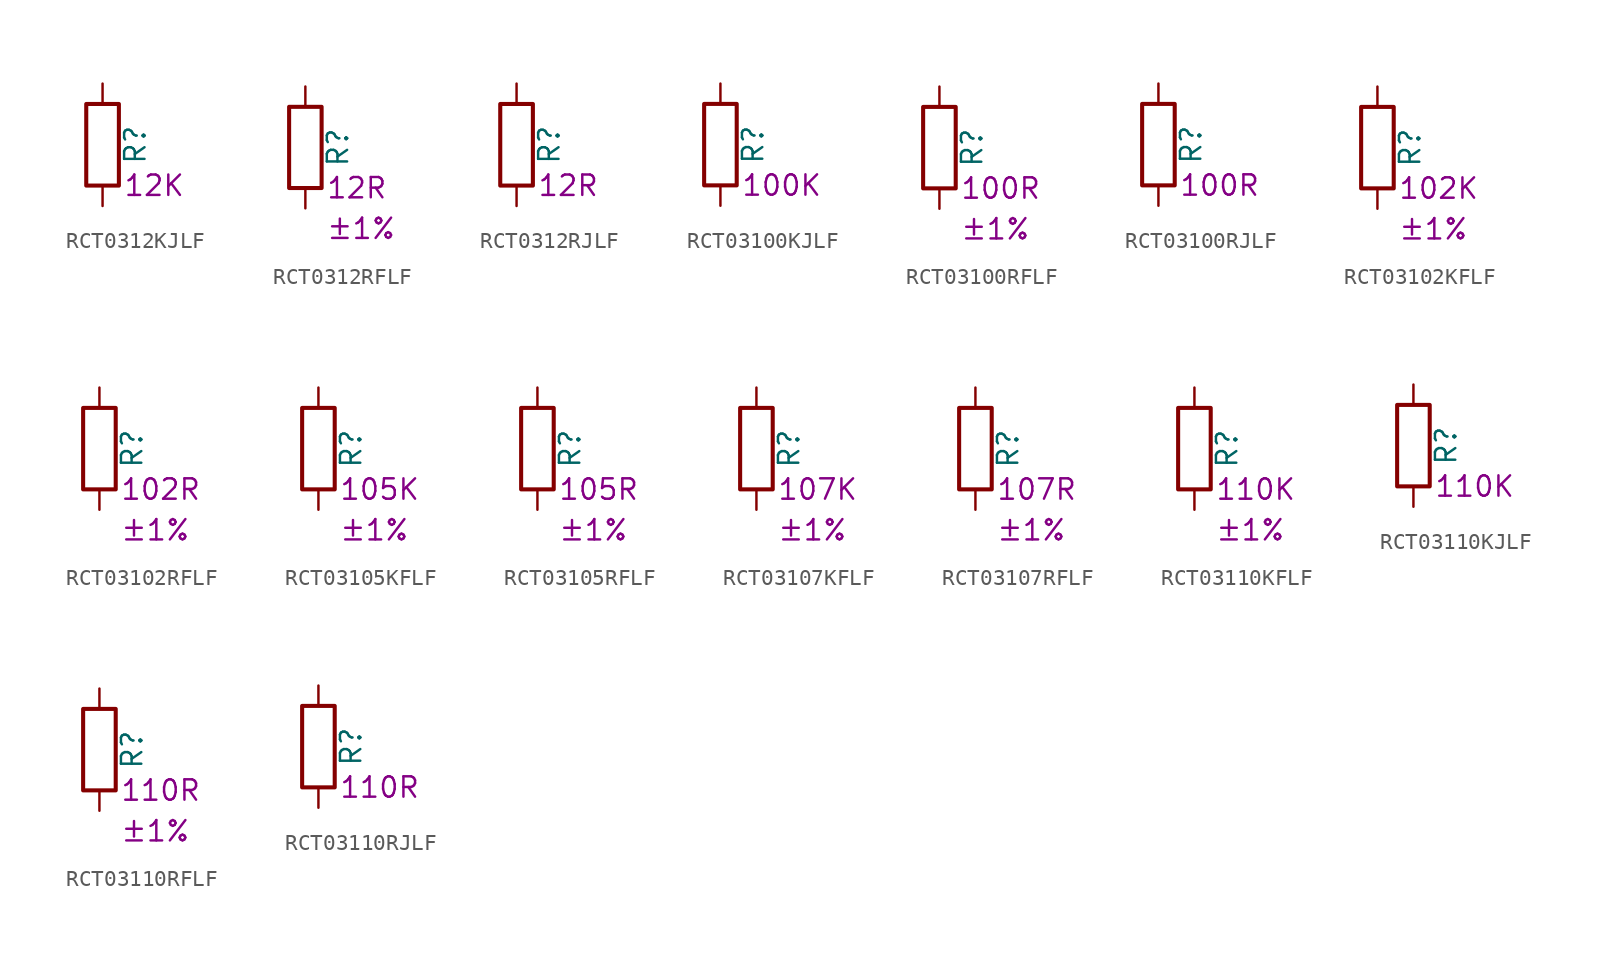
<source format=kicad_sym>
(kicad_symbol_lib
  (version 20220914)
  (generator kicad_symbol_editor)
  (symbol "RCT0312KJLF"
    (pin_numbers hide)
    (pin_names
      (offset 0))
    (property "Reference" "R"
      (at 2.032 0 90)
      (effects (font (size 1.27 1.27))))
    (property "Resistance" "12K"
      (at 1.27 -2.54 0)
      (effects (font (size 1.27 1.27)) (justify left)))
    (symbol "RCT0312KJLF_0_1"
      (rectangle (start -1.016 -2.54) (end 1.016 2.54) (stroke (width 0.254) (type default)) (fill (type none))))
    (symbol "RCT0312KJLF_1_1"
      (pin passive line (at 0 3.81 270) (length 1.27) (name "~" (effects (font (size 1.27 1.27)))) (number "1" (effects (font (size 1.27 1.27)))))
      (pin passive line (at 0 -3.81 90) (length 1.27) (name "~" (effects (font (size 1.27 1.27)))) (number "2" (effects (font (size 1.27 1.27)))))))
  (symbol "RCT0312RFLF"
    (pin_numbers hide)
    (pin_names
      (offset 0))
    (property "Reference" "R"
      (at 2.032 0 90)
      (effects (font (size 1.27 1.27))))
    (property "Resistance" "12R"
      (at 1.27 -2.54 0)
      (effects (font (size 1.27 1.27)) (justify left)))
    (property "Tolerance" "±1%"
      (at 1.27 -5.08 0)
      (effects (font (size 1.27 1.27)) (justify left)))
    (symbol "RCT0312RFLF_0_1"
      (rectangle (start -1.016 -2.54) (end 1.016 2.54) (stroke (width 0.254) (type default)) (fill (type none))))
    (symbol "RCT0312RFLF_1_1"
      (pin passive line (at 0 3.81 270) (length 1.27) (name "~" (effects (font (size 1.27 1.27)))) (number "1" (effects (font (size 1.27 1.27)))))
      (pin passive line (at 0 -3.81 90) (length 1.27) (name "~" (effects (font (size 1.27 1.27)))) (number "2" (effects (font (size 1.27 1.27)))))))
  (symbol "RCT0312RJLF"
    (pin_numbers hide)
    (pin_names
      (offset 0))
    (property "Reference" "R"
      (at 2.032 0 90)
      (effects (font (size 1.27 1.27))))
    (property "Resistance" "12R"
      (at 1.27 -2.54 0)
      (effects (font (size 1.27 1.27)) (justify left)))
    (symbol "RCT0312RJLF_0_1"
      (rectangle (start -1.016 -2.54) (end 1.016 2.54) (stroke (width 0.254) (type default)) (fill (type none))))
    (symbol "RCT0312RJLF_1_1"
      (pin passive line (at 0 3.81 270) (length 1.27) (name "~" (effects (font (size 1.27 1.27)))) (number "1" (effects (font (size 1.27 1.27)))))
      (pin passive line (at 0 -3.81 90) (length 1.27) (name "~" (effects (font (size 1.27 1.27)))) (number "2" (effects (font (size 1.27 1.27)))))))
  (symbol "RCT03100KJLF"
    (pin_numbers hide)
    (pin_names
      (offset 0))
    (property "Reference" "R"
      (at 2.032 0 90)
      (effects (font (size 1.27 1.27))))
    (property "Resistance" "100K"
      (at 1.27 -2.54 0)
      (effects (font (size 1.27 1.27)) (justify left)))
    (symbol "RCT03100KJLF_0_1"
      (rectangle (start -1.016 -2.54) (end 1.016 2.54) (stroke (width 0.254) (type default)) (fill (type none))))
    (symbol "RCT03100KJLF_1_1"
      (pin passive line (at 0 3.81 270) (length 1.27) (name "~" (effects (font (size 1.27 1.27)))) (number "1" (effects (font (size 1.27 1.27)))))
      (pin passive line (at 0 -3.81 90) (length 1.27) (name "~" (effects (font (size 1.27 1.27)))) (number "2" (effects (font (size 1.27 1.27)))))))
  (symbol "RCT03100RFLF"
    (pin_numbers hide)
    (pin_names
      (offset 0))
    (property "Reference" "R"
      (at 2.032 0 90)
      (effects (font (size 1.27 1.27))))
    (property "Resistance" "100R"
      (at 1.27 -2.54 0)
      (effects (font (size 1.27 1.27)) (justify left)))
    (property "Tolerance" "±1%"
      (at 1.27 -5.08 0)
      (effects (font (size 1.27 1.27)) (justify left)))
    (symbol "RCT03100RFLF_0_1"
      (rectangle (start -1.016 -2.54) (end 1.016 2.54) (stroke (width 0.254) (type default)) (fill (type none))))
    (symbol "RCT03100RFLF_1_1"
      (pin passive line (at 0 3.81 270) (length 1.27) (name "~" (effects (font (size 1.27 1.27)))) (number "1" (effects (font (size 1.27 1.27)))))
      (pin passive line (at 0 -3.81 90) (length 1.27) (name "~" (effects (font (size 1.27 1.27)))) (number "2" (effects (font (size 1.27 1.27)))))))
  (symbol "RCT03100RJLF"
    (pin_numbers hide)
    (pin_names
      (offset 0))
    (property "Reference" "R"
      (at 2.032 0 90)
      (effects (font (size 1.27 1.27))))
    (property "Resistance" "100R"
      (at 1.27 -2.54 0)
      (effects (font (size 1.27 1.27)) (justify left)))
    (symbol "RCT03100RJLF_0_1"
      (rectangle (start -1.016 -2.54) (end 1.016 2.54) (stroke (width 0.254) (type default)) (fill (type none))))
    (symbol "RCT03100RJLF_1_1"
      (pin passive line (at 0 3.81 270) (length 1.27) (name "~" (effects (font (size 1.27 1.27)))) (number "1" (effects (font (size 1.27 1.27)))))
      (pin passive line (at 0 -3.81 90) (length 1.27) (name "~" (effects (font (size 1.27 1.27)))) (number "2" (effects (font (size 1.27 1.27)))))))
  (symbol "RCT03102KFLF"
    (pin_numbers hide)
    (pin_names
      (offset 0))
    (property "Reference" "R"
      (at 2.032 0 90)
      (effects (font (size 1.27 1.27))))
    (property "Resistance" "102K"
      (at 1.27 -2.54 0)
      (effects (font (size 1.27 1.27)) (justify left)))
    (property "Tolerance" "±1%"
      (at 1.27 -5.08 0)
      (effects (font (size 1.27 1.27)) (justify left)))
    (symbol "RCT03102KFLF_0_1"
      (rectangle (start -1.016 -2.54) (end 1.016 2.54) (stroke (width 0.254) (type default)) (fill (type none))))
    (symbol "RCT03102KFLF_1_1"
      (pin passive line (at 0 3.81 270) (length 1.27) (name "~" (effects (font (size 1.27 1.27)))) (number "1" (effects (font (size 1.27 1.27)))))
      (pin passive line (at 0 -3.81 90) (length 1.27) (name "~" (effects (font (size 1.27 1.27)))) (number "2" (effects (font (size 1.27 1.27)))))))
  (symbol "RCT03102RFLF"
    (pin_numbers hide)
    (pin_names
      (offset 0))
    (property "Reference" "R"
      (at 2.032 0 90)
      (effects (font (size 1.27 1.27))))
    (property "Resistance" "102R"
      (at 1.27 -2.54 0)
      (effects (font (size 1.27 1.27)) (justify left)))
    (property "Tolerance" "±1%"
      (at 1.27 -5.08 0)
      (effects (font (size 1.27 1.27)) (justify left)))
    (symbol "RCT03102RFLF_0_1"
      (rectangle (start -1.016 -2.54) (end 1.016 2.54) (stroke (width 0.254) (type default)) (fill (type none))))
    (symbol "RCT03102RFLF_1_1"
      (pin passive line (at 0 3.81 270) (length 1.27) (name "~" (effects (font (size 1.27 1.27)))) (number "1" (effects (font (size 1.27 1.27)))))
      (pin passive line (at 0 -3.81 90) (length 1.27) (name "~" (effects (font (size 1.27 1.27)))) (number "2" (effects (font (size 1.27 1.27)))))))
  (symbol "RCT03105KFLF"
    (pin_numbers hide)
    (pin_names
      (offset 0))
    (property "Reference" "R"
      (at 2.032 0 90)
      (effects (font (size 1.27 1.27))))
    (property "Resistance" "105K"
      (at 1.27 -2.54 0)
      (effects (font (size 1.27 1.27)) (justify left)))
    (property "Tolerance" "±1%"
      (at 1.27 -5.08 0)
      (effects (font (size 1.27 1.27)) (justify left)))
    (symbol "RCT03105KFLF_0_1"
      (rectangle (start -1.016 -2.54) (end 1.016 2.54) (stroke (width 0.254) (type default)) (fill (type none))))
    (symbol "RCT03105KFLF_1_1"
      (pin passive line (at 0 3.81 270) (length 1.27) (name "~" (effects (font (size 1.27 1.27)))) (number "1" (effects (font (size 1.27 1.27)))))
      (pin passive line (at 0 -3.81 90) (length 1.27) (name "~" (effects (font (size 1.27 1.27)))) (number "2" (effects (font (size 1.27 1.27)))))))
  (symbol "RCT03105RFLF"
    (pin_numbers hide)
    (pin_names
      (offset 0))
    (property "Reference" "R"
      (at 2.032 0 90)
      (effects (font (size 1.27 1.27))))
    (property "Resistance" "105R"
      (at 1.27 -2.54 0)
      (effects (font (size 1.27 1.27)) (justify left)))
    (property "Tolerance" "±1%"
      (at 1.27 -5.08 0)
      (effects (font (size 1.27 1.27)) (justify left)))
    (symbol "RCT03105RFLF_0_1"
      (rectangle (start -1.016 -2.54) (end 1.016 2.54) (stroke (width 0.254) (type default)) (fill (type none))))
    (symbol "RCT03105RFLF_1_1"
      (pin passive line (at 0 3.81 270) (length 1.27) (name "~" (effects (font (size 1.27 1.27)))) (number "1" (effects (font (size 1.27 1.27)))))
      (pin passive line (at 0 -3.81 90) (length 1.27) (name "~" (effects (font (size 1.27 1.27)))) (number "2" (effects (font (size 1.27 1.27)))))))
  (symbol "RCT03107KFLF"
    (pin_numbers hide)
    (pin_names
      (offset 0))
    (property "Reference" "R"
      (at 2.032 0 90)
      (effects (font (size 1.27 1.27))))
    (property "Resistance" "107K"
      (at 1.27 -2.54 0)
      (effects (font (size 1.27 1.27)) (justify left)))
    (property "Tolerance" "±1%"
      (at 1.27 -5.08 0)
      (effects (font (size 1.27 1.27)) (justify left)))
    (symbol "RCT03107KFLF_0_1"
      (rectangle (start -1.016 -2.54) (end 1.016 2.54) (stroke (width 0.254) (type default)) (fill (type none))))
    (symbol "RCT03107KFLF_1_1"
      (pin passive line (at 0 3.81 270) (length 1.27) (name "~" (effects (font (size 1.27 1.27)))) (number "1" (effects (font (size 1.27 1.27)))))
      (pin passive line (at 0 -3.81 90) (length 1.27) (name "~" (effects (font (size 1.27 1.27)))) (number "2" (effects (font (size 1.27 1.27)))))))
  (symbol "RCT03107RFLF"
    (pin_numbers hide)
    (pin_names
      (offset 0))
    (property "Reference" "R"
      (at 2.032 0 90)
      (effects (font (size 1.27 1.27))))
    (property "Resistance" "107R"
      (at 1.27 -2.54 0)
      (effects (font (size 1.27 1.27)) (justify left)))
    (property "Tolerance" "±1%"
      (at 1.27 -5.08 0)
      (effects (font (size 1.27 1.27)) (justify left)))
    (symbol "RCT03107RFLF_0_1"
      (rectangle (start -1.016 -2.54) (end 1.016 2.54) (stroke (width 0.254) (type default)) (fill (type none))))
    (symbol "RCT03107RFLF_1_1"
      (pin passive line (at 0 3.81 270) (length 1.27) (name "~" (effects (font (size 1.27 1.27)))) (number "1" (effects (font (size 1.27 1.27)))))
      (pin passive line (at 0 -3.81 90) (length 1.27) (name "~" (effects (font (size 1.27 1.27)))) (number "2" (effects (font (size 1.27 1.27)))))))
  (symbol "RCT03110KFLF"
    (pin_numbers hide)
    (pin_names
      (offset 0))
    (property "Reference" "R"
      (at 2.032 0 90)
      (effects (font (size 1.27 1.27))))
    (property "Resistance" "110K"
      (at 1.27 -2.54 0)
      (effects (font (size 1.27 1.27)) (justify left)))
    (property "Tolerance" "±1%"
      (at 1.27 -5.08 0)
      (effects (font (size 1.27 1.27)) (justify left)))
    (symbol "RCT03110KFLF_0_1"
      (rectangle (start -1.016 -2.54) (end 1.016 2.54) (stroke (width 0.254) (type default)) (fill (type none))))
    (symbol "RCT03110KFLF_1_1"
      (pin passive line (at 0 3.81 270) (length 1.27) (name "~" (effects (font (size 1.27 1.27)))) (number "1" (effects (font (size 1.27 1.27)))))
      (pin passive line (at 0 -3.81 90) (length 1.27) (name "~" (effects (font (size 1.27 1.27)))) (number "2" (effects (font (size 1.27 1.27)))))))
  (symbol "RCT03110KJLF"
    (pin_numbers hide)
    (pin_names
      (offset 0))
    (property "Reference" "R"
      (at 2.032 0 90)
      (effects (font (size 1.27 1.27))))
    (property "Resistance" "110K"
      (at 1.27 -2.54 0)
      (effects (font (size 1.27 1.27)) (justify left)))
    (symbol "RCT03110KJLF_0_1"
      (rectangle (start -1.016 -2.54) (end 1.016 2.54) (stroke (width 0.254) (type default)) (fill (type none))))
    (symbol "RCT03110KJLF_1_1"
      (pin passive line (at 0 3.81 270) (length 1.27) (name "~" (effects (font (size 1.27 1.27)))) (number "1" (effects (font (size 1.27 1.27)))))
      (pin passive line (at 0 -3.81 90) (length 1.27) (name "~" (effects (font (size 1.27 1.27)))) (number "2" (effects (font (size 1.27 1.27)))))))
  (symbol "RCT03110RFLF"
    (pin_numbers hide)
    (pin_names
      (offset 0))
    (property "Reference" "R"
      (at 2.032 0 90)
      (effects (font (size 1.27 1.27))))
    (property "Resistance" "110R"
      (at 1.27 -2.54 0)
      (effects (font (size 1.27 1.27)) (justify left)))
    (property "Tolerance" "±1%"
      (at 1.27 -5.08 0)
      (effects (font (size 1.27 1.27)) (justify left)))
    (symbol "RCT03110RFLF_0_1"
      (rectangle (start -1.016 -2.54) (end 1.016 2.54) (stroke (width 0.254) (type default)) (fill (type none))))
    (symbol "RCT03110RFLF_1_1"
      (pin passive line (at 0 3.81 270) (length 1.27) (name "~" (effects (font (size 1.27 1.27)))) (number "1" (effects (font (size 1.27 1.27)))))
      (pin passive line (at 0 -3.81 90) (length 1.27) (name "~" (effects (font (size 1.27 1.27)))) (number "2" (effects (font (size 1.27 1.27)))))))
  (symbol "RCT03110RJLF"
    (pin_numbers hide)
    (pin_names
      (offset 0))
    (property "Reference" "R"
      (at 2.032 0 90)
      (effects (font (size 1.27 1.27))))
    (property "Resistance" "110R"
      (at 1.27 -2.54 0)
      (effects (font (size 1.27 1.27)) (justify left)))
    (symbol "RCT03110RJLF_0_1"
      (rectangle (start -1.016 -2.54) (end 1.016 2.54) (stroke (width 0.254) (type default)) (fill (type none))))
    (symbol "RCT03110RJLF_1_1"
      (pin passive line (at 0 3.81 270) (length 1.27) (name "~" (effects (font (size 1.27 1.27)))) (number "1" (effects (font (size 1.27 1.27)))))
      (pin passive line (at 0 -3.81 90) (length 1.27) (name "~" (effects (font (size 1.27 1.27)))) (number "2" (effects (font (size 1.27 1.27))))))))
</source>
